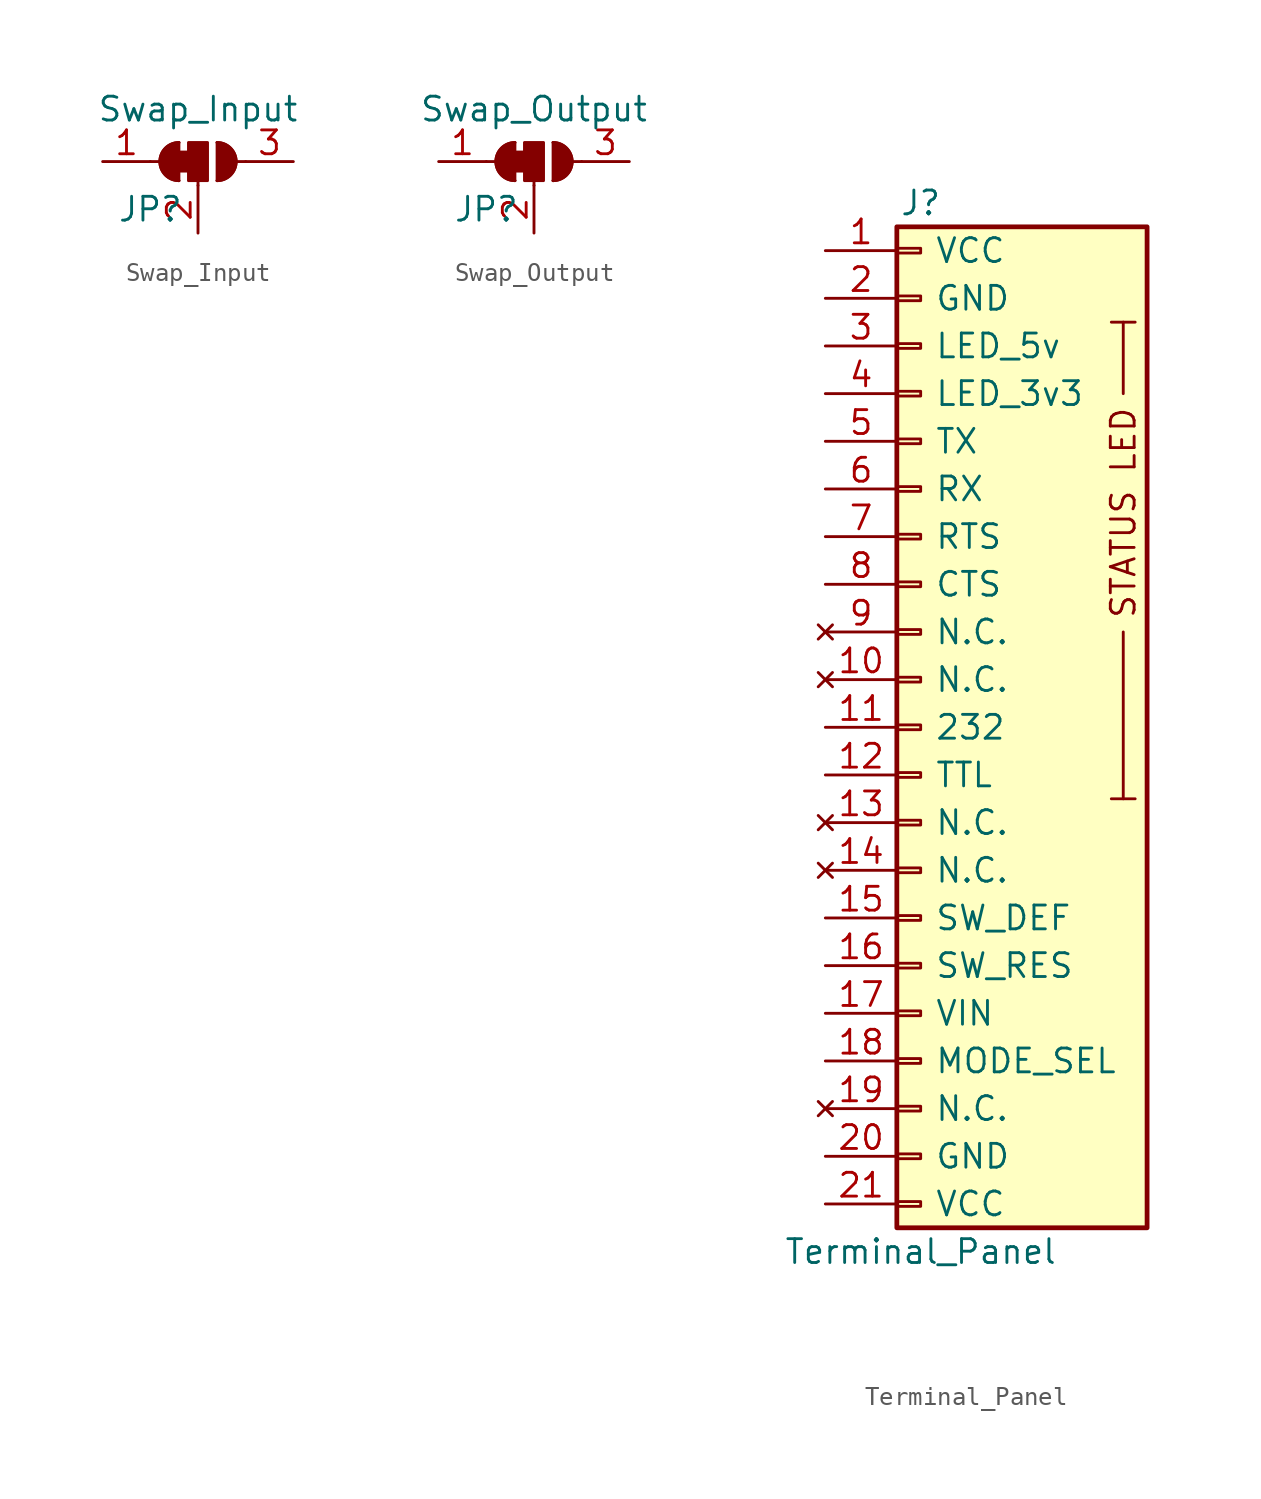
<source format=kicad_sym>
(kicad_symbol_lib
  (version 20231120)
  (generator "kicad_symbol_editor")
  (generator_version "8.0")
  (symbol "Swap_Input"
    (pin_names
      (offset 0) hide)
    (property "Reference" "JP"
      (at -2.54 -2.54 0)
      (effects (font (size 1.27 1.27))))
    (property "Value" "Swap_Input"
      (at 0 2.794 0)
      (effects (font (size 1.27 1.27))))
    (symbol "Swap_Input_0_1"
      (rectangle (start -1.016 0.508) (end -0.508 -0.508) (stroke (width 0) (type solid)) (fill (type outline)))
      (arc (start -1.016 1.016) (mid -2.032 0) (end -1.016 -1.016) (stroke (width 0) (type solid)) (fill (type none)))
      (arc (start -1.016 1.016) (mid -2.032 0) (end -1.016 -1.016) (stroke (width 0) (type solid)) (fill (type outline)))
      (rectangle (start -0.508 1.016) (end 0.508 -1.016) (stroke (width 0) (type solid)) (fill (type outline)))
      (polyline (pts (xy -2.54 0) (xy -2.032 0)) (stroke (width 0) (type solid)) (fill (type none)))
      (polyline (pts (xy -1.016 1.016) (xy -1.016 -1.016)) (stroke (width 0) (type solid)) (fill (type none)))
      (polyline (pts (xy 0 -1.27) (xy 0 -1.016)) (stroke (width 0) (type solid)) (fill (type none)))
      (polyline (pts (xy 1.016 1.016) (xy 1.016 -1.016)) (stroke (width 0) (type solid)) (fill (type none)))
      (polyline (pts (xy 2.54 0) (xy 2.032 0)) (stroke (width 0) (type solid)) (fill (type none)))
      (arc (start 1.016 -1.016) (mid 2.032 0) (end 1.016 1.016) (stroke (width 0) (type solid)) (fill (type none)))
      (arc (start 1.016 -1.016) (mid 2.032 0) (end 1.016 1.016) (stroke (width 0) (type solid)) (fill (type outline))))
    (symbol "Swap_Input_1_1"
      (pin output line (at -5.08 0 0) (length 2.54) (name "A" (effects (font (size 1.27 1.27)))) (number "1" (effects (font (size 1.27 1.27)))))
      (pin input line (at 0 -3.81 90) (length 2.54) (name "C" (effects (font (size 1.27 1.27)))) (number "2" (effects (font (size 1.27 1.27)))))
      (pin passive line (at 5.08 0 180) (length 2.54) (name "B" (effects (font (size 1.27 1.27)))) (number "3" (effects (font (size 1.27 1.27)))))))
  (symbol "Swap_Output"
    (pin_names
      (offset 0) hide)
    (property "Reference" "JP"
      (at -2.54 -2.54 0)
      (effects (font (size 1.27 1.27))))
    (property "Value" "Swap_Output"
      (at 0 2.794 0)
      (effects (font (size 1.27 1.27))))
    (symbol "Swap_Output_0_1"
      (rectangle (start -1.016 0.508) (end -0.508 -0.508) (stroke (width 0) (type solid)) (fill (type outline)))
      (arc (start -1.016 1.016) (mid -2.032 0) (end -1.016 -1.016) (stroke (width 0) (type solid)) (fill (type none)))
      (arc (start -1.016 1.016) (mid -2.032 0) (end -1.016 -1.016) (stroke (width 0) (type solid)) (fill (type outline)))
      (rectangle (start -0.508 1.016) (end 0.508 -1.016) (stroke (width 0) (type solid)) (fill (type outline)))
      (polyline (pts (xy -2.54 0) (xy -2.032 0)) (stroke (width 0) (type solid)) (fill (type none)))
      (polyline (pts (xy -1.016 1.016) (xy -1.016 -1.016)) (stroke (width 0) (type solid)) (fill (type none)))
      (polyline (pts (xy 0 -1.27) (xy 0 -1.016)) (stroke (width 0) (type solid)) (fill (type none)))
      (polyline (pts (xy 1.016 1.016) (xy 1.016 -1.016)) (stroke (width 0) (type solid)) (fill (type none)))
      (polyline (pts (xy 2.54 0) (xy 2.032 0)) (stroke (width 0) (type solid)) (fill (type none)))
      (arc (start 1.016 -1.016) (mid 2.032 0) (end 1.016 1.016) (stroke (width 0) (type solid)) (fill (type none)))
      (arc (start 1.016 -1.016) (mid 2.032 0) (end 1.016 1.016) (stroke (width 0) (type solid)) (fill (type outline))))
    (symbol "Swap_Output_1_1"
      (pin input line (at -5.08 0 0) (length 2.54) (name "A" (effects (font (size 1.27 1.27)))) (number "1" (effects (font (size 1.27 1.27)))))
      (pin output line (at 0 -3.81 90) (length 2.54) (name "C" (effects (font (size 1.27 1.27)))) (number "2" (effects (font (size 1.27 1.27)))))
      (pin passive line (at 5.08 0 180) (length 2.54) (name "B" (effects (font (size 1.27 1.27)))) (number "3" (effects (font (size 1.27 1.27)))))))
  (symbol "Terminal_Panel"
    (pin_names
      (offset 2.007))
    (property "Reference" "J"
      (at 0 27.94 0)
      (effects (font (size 1.27 1.27))))
    (property "Value" "Terminal_Panel"
      (at 0 -27.94 0)
      (effects (font (size 1.27 1.27))))
    (symbol "Terminal_Panel_0_0"
      (polyline (pts (xy 10.795 -3.81) (xy 10.795 5.08)) (stroke (width 0) (type solid)) (fill (type none)))
      (polyline (pts (xy 10.795 21.59) (xy 10.795 17.78)) (stroke (width 0) (type solid)) (fill (type none)))
      (text "STATUS LED" (at 10.795 11.43 900) (effects (font (size 1.27 1.27)))))
    (symbol "Terminal_Panel_0_1"
      (rectangle (start -1.27 26.67) (end 12.065 -26.67) (stroke (width 0.254) (type solid)) (fill (type background)))
      (polyline (pts (xy 10.16 21.59) (xy 11.43 21.59)) (stroke (width 0) (type solid)) (fill (type none)))
      (polyline (pts (xy 11.43 -3.81) (xy 10.16 -3.81)) (stroke (width 0) (type solid)) (fill (type none))))
    (symbol "Terminal_Panel_1_1"
      (rectangle (start -1.27 -25.273) (end 0 -25.527) (stroke (width 0.152) (type solid)) (fill (type none)))
      (rectangle (start -1.27 -22.733) (end 0 -22.987) (stroke (width 0.152) (type solid)) (fill (type none)))
      (rectangle (start -1.27 -20.193) (end 0 -20.447) (stroke (width 0.152) (type solid)) (fill (type none)))
      (rectangle (start -1.27 -17.653) (end 0 -17.907) (stroke (width 0.152) (type solid)) (fill (type none)))
      (rectangle (start -1.27 -15.113) (end 0 -15.367) (stroke (width 0.152) (type solid)) (fill (type none)))
      (rectangle (start -1.27 -12.573) (end 0 -12.827) (stroke (width 0.152) (type solid)) (fill (type none)))
      (rectangle (start -1.27 -10.033) (end 0 -10.287) (stroke (width 0.152) (type solid)) (fill (type none)))
      (rectangle (start -1.27 -7.493) (end 0 -7.747) (stroke (width 0.152) (type solid)) (fill (type none)))
      (rectangle (start -1.27 -4.953) (end 0 -5.207) (stroke (width 0.152) (type solid)) (fill (type none)))
      (rectangle (start -1.27 -2.413) (end 0 -2.667) (stroke (width 0.152) (type solid)) (fill (type none)))
      (rectangle (start -1.27 0.127) (end 0 -0.127) (stroke (width 0.152) (type solid)) (fill (type none)))
      (rectangle (start -1.27 2.667) (end 0 2.413) (stroke (width 0.152) (type solid)) (fill (type none)))
      (rectangle (start -1.27 5.207) (end 0 4.953) (stroke (width 0.152) (type solid)) (fill (type none)))
      (rectangle (start -1.27 7.747) (end 0 7.493) (stroke (width 0.152) (type solid)) (fill (type none)))
      (rectangle (start -1.27 10.287) (end 0 10.033) (stroke (width 0.152) (type solid)) (fill (type none)))
      (rectangle (start -1.27 12.827) (end 0 12.573) (stroke (width 0.152) (type solid)) (fill (type none)))
      (rectangle (start -1.27 15.367) (end 0 15.113) (stroke (width 0.152) (type solid)) (fill (type none)))
      (rectangle (start -1.27 17.907) (end 0 17.653) (stroke (width 0.152) (type solid)) (fill (type none)))
      (rectangle (start -1.27 20.447) (end 0 20.193) (stroke (width 0.152) (type solid)) (fill (type none)))
      (rectangle (start -1.27 22.987) (end 0 22.733) (stroke (width 0.152) (type solid)) (fill (type none)))
      (rectangle (start -1.27 25.527) (end 0 25.273) (stroke (width 0.152) (type solid)) (fill (type none)))
      (pin power_in line (at -5.08 25.4 0) (length 3.81) (name "VCC" (effects (font (size 1.27 1.27)))) (number "1" (effects (font (size 1.27 1.27)))))
      (pin no_connect line (at -5.08 2.54 0) (length 3.81) (name "N.C." (effects (font (size 1.27 1.27)))) (number "10" (effects (font (size 1.27 1.27)))))
      (pin passive line (at -5.08 0 0) (length 3.81) (name "232" (effects (font (size 1.27 1.27)))) (number "11" (effects (font (size 1.27 1.27)))))
      (pin passive line (at -5.08 -2.54 0) (length 3.81) (name "TTL" (effects (font (size 1.27 1.27)))) (number "12" (effects (font (size 1.27 1.27)))))
      (pin no_connect line (at -5.08 -5.08 0) (length 3.81) (name "N.C." (effects (font (size 1.27 1.27)))) (number "13" (effects (font (size 1.27 1.27)))))
      (pin no_connect line (at -5.08 -7.62 0) (length 3.81) (name "N.C." (effects (font (size 1.27 1.27)))) (number "14" (effects (font (size 1.27 1.27)))))
      (pin passive line (at -5.08 -10.16 0) (length 3.81) (name "SW_DEF" (effects (font (size 1.27 1.27)))) (number "15" (effects (font (size 1.27 1.27)))))
      (pin passive line (at -5.08 -12.7 0) (length 3.81) (name "SW_RES" (effects (font (size 1.27 1.27)))) (number "16" (effects (font (size 1.27 1.27)))))
      (pin passive line (at -5.08 -15.24 0) (length 3.81) (name "VIN" (effects (font (size 1.27 1.27)))) (number "17" (effects (font (size 1.27 1.27)))))
      (pin passive line (at -5.08 -17.78 0) (length 3.81) (name "MODE_SEL" (effects (font (size 1.27 1.27)))) (number "18" (effects (font (size 1.27 1.27)))))
      (pin no_connect line (at -5.08 -20.32 0) (length 3.81) (name "N.C." (effects (font (size 1.27 1.27)))) (number "19" (effects (font (size 1.27 1.27)))))
      (pin power_in line (at -5.08 22.86 0) (length 3.81) (name "GND" (effects (font (size 1.27 1.27)))) (number "2" (effects (font (size 1.27 1.27)))))
      (pin passive line (at -5.08 -22.86 0) (length 3.81) (name "GND" (effects (font (size 1.27 1.27)))) (number "20" (effects (font (size 1.27 1.27)))))
      (pin passive line (at -5.08 -25.4 0) (length 3.81) (name "VCC" (effects (font (size 1.27 1.27)))) (number "21" (effects (font (size 1.27 1.27)))))
      (pin passive line (at -5.08 20.32 0) (length 3.81) (name "LED_5v" (effects (font (size 1.27 1.27)))) (number "3" (effects (font (size 1.27 1.27)))))
      (pin passive line (at -5.08 17.78 0) (length 3.81) (name "LED_3v3" (effects (font (size 1.27 1.27)))) (number "4" (effects (font (size 1.27 1.27)))))
      (pin passive line (at -5.08 15.24 0) (length 3.81) (name "TX" (effects (font (size 1.27 1.27)))) (number "5" (effects (font (size 1.27 1.27)))))
      (pin passive line (at -5.08 12.7 0) (length 3.81) (name "RX" (effects (font (size 1.27 1.27)))) (number "6" (effects (font (size 1.27 1.27)))))
      (pin passive line (at -5.08 10.16 0) (length 3.81) (name "RTS" (effects (font (size 1.27 1.27)))) (number "7" (effects (font (size 1.27 1.27)))))
      (pin passive line (at -5.08 7.62 0) (length 3.81) (name "CTS" (effects (font (size 1.27 1.27)))) (number "8" (effects (font (size 1.27 1.27)))))
      (pin no_connect line (at -5.08 5.08 0) (length 3.81) (name "N.C." (effects (font (size 1.27 1.27)))) (number "9" (effects (font (size 1.27 1.27))))))))
</source>
